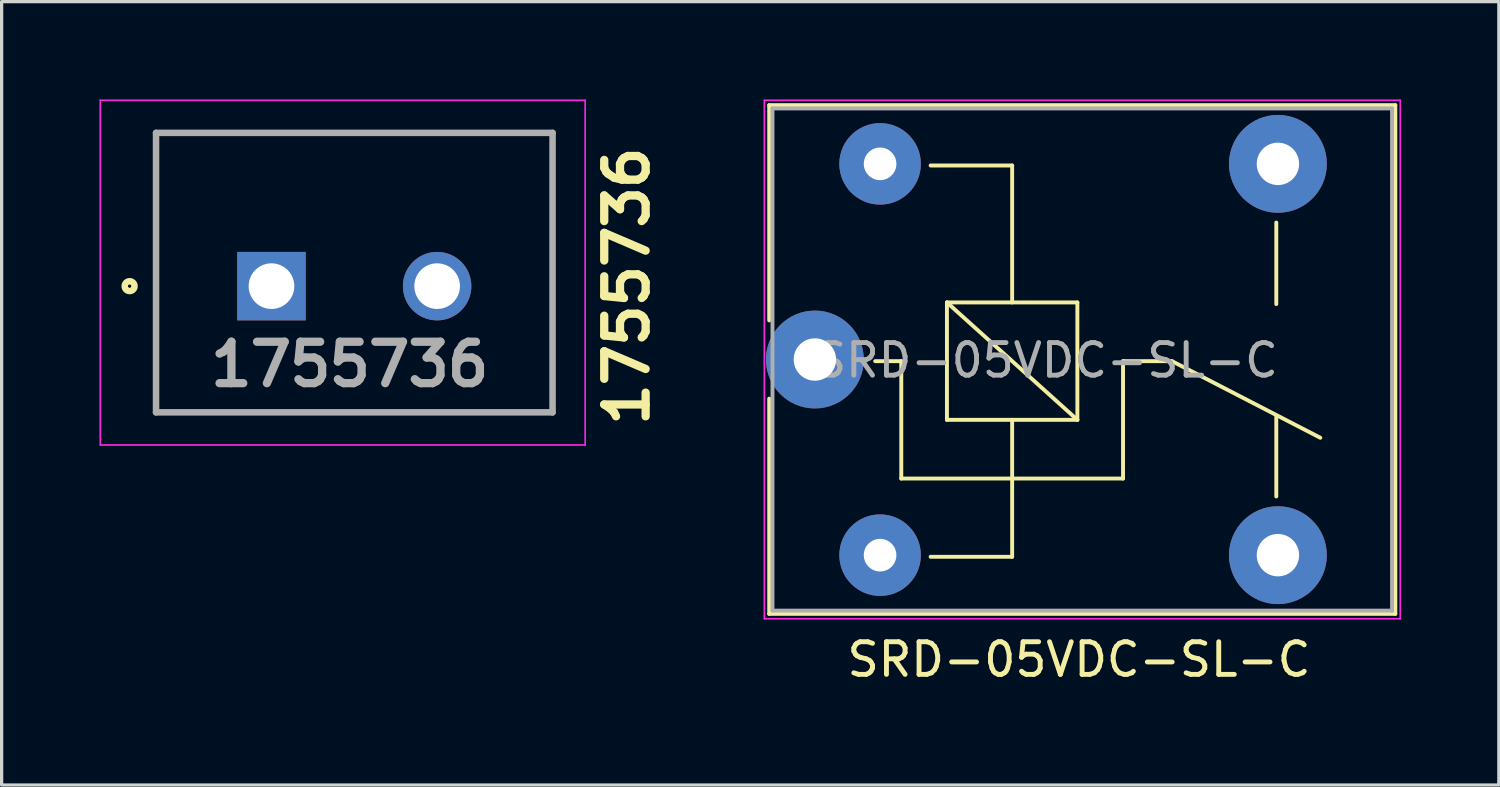
<source format=kicad_pcb>
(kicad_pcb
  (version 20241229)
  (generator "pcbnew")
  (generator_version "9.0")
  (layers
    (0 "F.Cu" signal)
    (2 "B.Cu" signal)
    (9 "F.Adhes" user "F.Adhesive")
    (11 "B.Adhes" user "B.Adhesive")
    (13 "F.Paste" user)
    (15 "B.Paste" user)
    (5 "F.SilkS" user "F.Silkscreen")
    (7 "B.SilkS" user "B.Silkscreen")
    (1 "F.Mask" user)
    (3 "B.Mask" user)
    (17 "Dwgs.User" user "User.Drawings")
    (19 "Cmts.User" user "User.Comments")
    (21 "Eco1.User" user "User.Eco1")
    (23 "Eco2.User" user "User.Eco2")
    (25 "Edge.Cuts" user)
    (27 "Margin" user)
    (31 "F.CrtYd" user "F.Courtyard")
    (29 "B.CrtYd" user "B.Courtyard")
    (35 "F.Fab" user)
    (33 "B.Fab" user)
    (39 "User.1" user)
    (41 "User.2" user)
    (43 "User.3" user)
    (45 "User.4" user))
  (footprint "SRD-05VDC-SL-C"
    (layer "F.Cu")
    (at 21.939 7.975)
    (property "Reference" "SRD-05VDC-SL-C" (at 8.1 9.2 0) (layer "F.SilkS") (effects (font (size 1 1) (thickness 0.15))))
    (attr through_hole)
    (fp_line (start -1.4 -7.8) (end -1.4 -1.2) (stroke (width 0.12) (type solid)) (layer "F.SilkS"))
    (fp_line (start -1.4 -7.8) (end 17.8 -7.8) (stroke (width 0.12) (type solid)) (layer "F.SilkS"))
    (fp_line (start -1.4 1.2) (end -1.4 7.8) (stroke (width 0.12) (type solid)) (layer "F.SilkS"))
    (fp_line (start 2.65 0.05) (end 1.85 0.05) (stroke (width 0.12) (type solid)) (layer "F.SilkS"))
    (fp_line (start 2.65 0.05) (end 2.65 3.65) (stroke (width 0.12) (type solid)) (layer "F.SilkS"))
    (fp_line (start 3.55 6.05) (end 6.05 6.05) (stroke (width 0.12) (type solid)) (layer "F.SilkS"))
    (fp_line (start 4.05 -1.75) (end 8.05 -1.75) (stroke (width 0.12) (type solid)) (layer "F.SilkS"))
    (fp_line (start 4.05 1.85) (end 4.05 -1.75) (stroke (width 0.12) (type solid)) (layer "F.SilkS"))
    (fp_line (start 6.05 -5.95) (end 3.55 -5.95) (stroke (width 0.12) (type solid)) (layer "F.SilkS"))
    (fp_line (start 6.05 -5.95) (end 6.05 -1.75) (stroke (width 0.12) (type solid)) (layer "F.SilkS"))
    (fp_line (start 6.05 1.85) (end 6.05 6.05) (stroke (width 0.12) (type solid)) (layer "F.SilkS"))
    (fp_line (start 8.05 -1.75) (end 8.05 1.85) (stroke (width 0.12) (type solid)) (layer "F.SilkS"))
    (fp_line (start 8.05 1.85) (end 4.05 -1.75) (stroke (width 0.12) (type solid)) (layer "F.SilkS"))
    (fp_line (start 8.05 1.85) (end 4.05 1.85) (stroke (width 0.12) (type solid)) (layer "F.SilkS"))
    (fp_line (start 9.45 0.05) (end 9.45 3.65) (stroke (width 0.12) (type solid)) (layer "F.SilkS"))
    (fp_line (start 9.45 0.05) (end 10.95 0.05) (stroke (width 0.12) (type solid)) (layer "F.SilkS"))
    (fp_line (start 9.45 3.65) (end 2.65 3.65) (stroke (width 0.12) (type solid)) (layer "F.SilkS"))
    (fp_line (start 10.95 0.05) (end 15.5 2.4) (stroke (width 0.12) (type solid)) (layer "F.SilkS"))
    (fp_line (start 14.15 -4.2) (end 14.15 -1.7) (stroke (width 0.12) (type solid)) (layer "F.SilkS"))
    (fp_line (start 14.15 4.2) (end 14.15 1.75) (stroke (width 0.12) (type solid)) (layer "F.SilkS"))
    (fp_line (start 17.8 -7.8) (end 17.8 7.8) (stroke (width 0.12) (type solid)) (layer "F.SilkS"))
    (fp_line (start 17.8 7.8) (end -1.4 7.8) (stroke (width 0.12) (type solid)) (layer "F.SilkS"))
    (fp_line (start -1.55 7.95) (end -1.55 -7.95) (stroke (width 0.05) (type solid)) (layer "F.CrtYd"))
    (fp_line (start -1.55 7.95) (end 17.95 7.95) (stroke (width 0.05) (type solid)) (layer "F.CrtYd"))
    (fp_line (start 17.95 -7.95) (end -1.55 -7.95) (stroke (width 0.05) (type solid)) (layer "F.CrtYd"))
    (fp_line (start 17.95 -7.95) (end 17.95 7.95) (stroke (width 0.05) (type solid)) (layer "F.CrtYd"))
    (fp_line (start -1.3 -7.7) (end 17.7 -7.7) (stroke (width 0.12) (type solid)) (layer "F.Fab"))
    (fp_line (start -1.3 7.7) (end -1.3 -7.7) (stroke (width 0.12) (type solid)) (layer "F.Fab"))
    (fp_line (start 17.7 -7.7) (end 17.7 7.7) (stroke (width 0.12) (type solid)) (layer "F.Fab"))
    (fp_line (start 17.7 7.7) (end -1.3 7.7) (stroke (width 0.12) (type solid)) (layer "F.Fab"))
    (fp_text user "${REFERENCE}" (at 7.1 0.025 0) (layer "F.Fab") (effects (font (size 1 1) (thickness 0.15))))
    (pad "1" thru_hole circle (at 2 -6 90) (size 2.5 2.5) (drill 1) (layers "*.Cu" "*.Mask"))
    (pad "2" thru_hole circle (at 0 0 90) (size 3 3) (drill 1.3) (layers "*.Cu" "*.Mask"))
    (pad "3" thru_hole circle (at 14.2 6 90) (size 3 3) (drill 1.3) (layers "*.Cu" "*.Mask"))
    (pad "4" thru_hole circle (at 14.2 -6 90) (size 3 3) (drill 1.3) (layers "*.Cu" "*.Mask"))
    (pad "5" thru_hole circle (at 2 6 90) (size 2.5 2.5) (drill 1) (layers "*.Cu" "*.Mask")))
  (footprint "1755736"
    (layer "F.Cu")
    (at 5.275 5.725)
    (property "Reference" "1755736" (at 10.9 0 270) (layer "F.SilkS") (effects (font (size 1.27 1.27) (thickness 0.254))))
    (attr through_hole)
    (fp_line (start -3.54 -4.7) (end 8.62 -4.7) (stroke (width 0.1) (type solid)) (layer "F.SilkS"))
    (fp_line (start -3.54 3.87) (end -3.54 -4.7) (stroke (width 0.1) (type solid)) (layer "F.SilkS"))
    (fp_line (start 8.62 -4.7) (end 8.62 3.87) (stroke (width 0.1) (type solid)) (layer "F.SilkS"))
    (fp_line (start 8.62 3.87) (end -3.54 3.87) (stroke (width 0.1) (type solid)) (layer "F.SilkS"))
    (fp_circle (center -4.35 0) (end -4.35 0.05) (stroke (width 0.2) (type solid)) (fill no) (layer "F.SilkS"))
    (fp_line (start -5.25 -5.7) (end 9.62 -5.7) (stroke (width 0.05) (type solid)) (layer "F.CrtYd"))
    (fp_line (start -5.25 4.87) (end -5.25 -5.7) (stroke (width 0.05) (type solid)) (layer "F.CrtYd"))
    (fp_line (start 9.62 -5.7) (end 9.62 4.87) (stroke (width 0.05) (type solid)) (layer "F.CrtYd"))
    (fp_line (start 9.62 4.87) (end -5.25 4.87) (stroke (width 0.05) (type solid)) (layer "F.CrtYd"))
    (fp_line (start -3.54 -4.7) (end 8.62 -4.7) (stroke (width 0.2) (type solid)) (layer "F.Fab"))
    (fp_line (start -3.54 3.87) (end -3.54 -4.7) (stroke (width 0.2) (type solid)) (layer "F.Fab"))
    (fp_line (start 8.62 -4.7) (end 8.62 3.87) (stroke (width 0.2) (type solid)) (layer "F.Fab"))
    (fp_line (start 8.62 3.87) (end -3.54 3.87) (stroke (width 0.2) (type solid)) (layer "F.Fab"))
    (fp_text user "${REFERENCE}" (at 2.4 2.4 0) (layer "F.Fab") (effects (font (size 1.27 1.27) (thickness 0.254))))
    (pad "1" thru_hole rect (at 0 0) (size 2.1 2.1) (drill 1.4) (layers "*.Cu" "*.Mask"))
    (pad "2" thru_hole circle (at 5.08 0) (size 2.1 2.1) (drill 1.4) (layers "*.Cu" "*.Mask")))
  (gr_rect
    (start -3 -3)
    (end 42.914 21.023)
    (stroke (width 0.1) (type default))
    (fill no)
    (layer "Edge.Cuts")))
</source>
